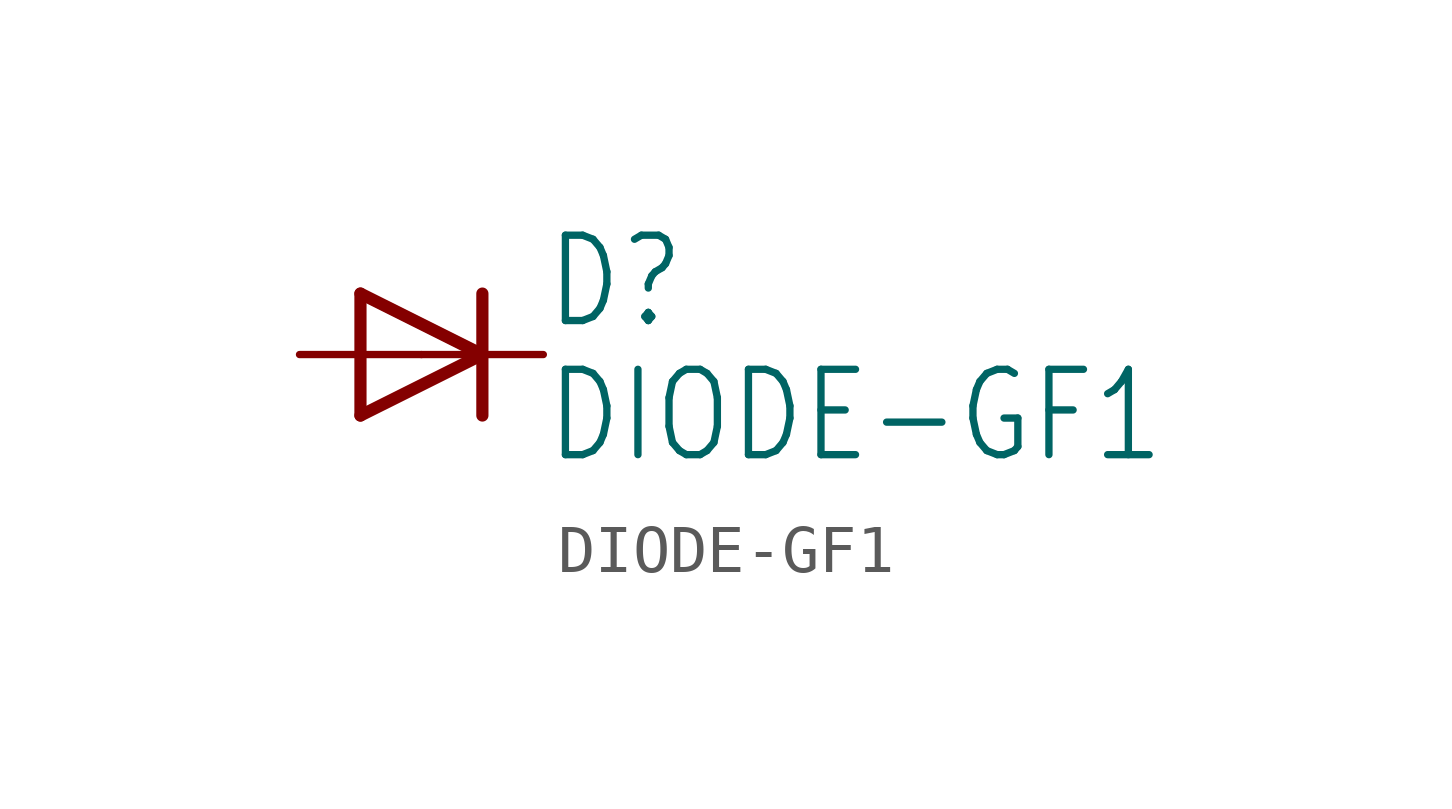
<source format=kicad_sym>
(kicad_symbol_lib
  (version 20211014)
  (generator kicad_symbol_editor)
  (symbol "DIODE-GF1"
    (property "Reference" "D"
      (at 2.54 0.483 0)
      (effects (font (size 1.778 1.511)) (justify left bottom)))
    (property "Value" "DIODE-GF1"
      (at 2.54 -2.311 0)
      (effects (font (size 1.778 1.511)) (justify left bottom)))
    (property "ki_locked" ""
      (at 0 0 0)
      (effects (font (size 1.27 1.27))))
    (symbol "DIODE-GF1_1_0"
      (polyline (pts (xy -1.27 -1.27) (xy 1.27 0)) (stroke (width 0.254) (type default) (color 0 0 0 0)) (fill (type none)))
      (polyline (pts (xy -1.27 1.27) (xy -1.27 -1.27)) (stroke (width 0.254) (type default) (color 0 0 0 0)) (fill (type none)))
      (polyline (pts (xy 1.27 0) (xy -1.27 1.27)) (stroke (width 0.254) (type default) (color 0 0 0 0)) (fill (type none)))
      (polyline (pts (xy 1.27 0) (xy 1.27 -1.27)) (stroke (width 0.254) (type default) (color 0 0 0 0)) (fill (type none)))
      (polyline (pts (xy 1.27 1.27) (xy 1.27 0)) (stroke (width 0.254) (type default) (color 0 0 0 0)) (fill (type none)))
      (pin passive line (at -2.54 0 0) (length 2.54) (name "A" (effects (font (size 0 0)))) (number "A" (effects (font (size 0 0)))))
      (pin passive line (at 2.54 0 180) (length 2.54) (name "C" (effects (font (size 0 0)))) (number "C" (effects (font (size 0 0))))))))
</source>
